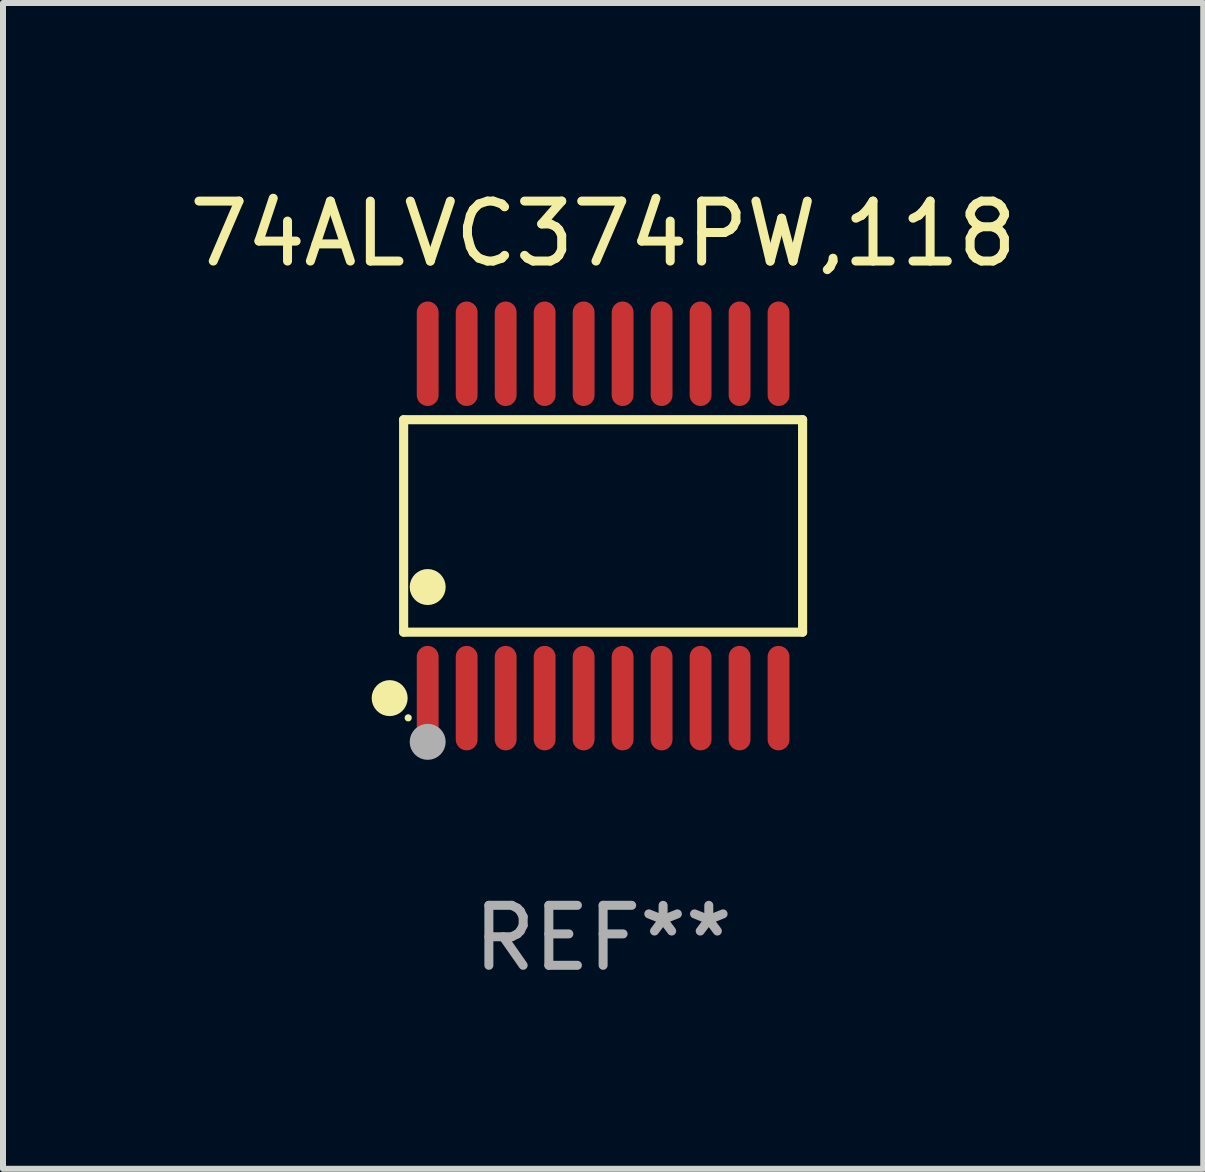
<source format=kicad_pcb>
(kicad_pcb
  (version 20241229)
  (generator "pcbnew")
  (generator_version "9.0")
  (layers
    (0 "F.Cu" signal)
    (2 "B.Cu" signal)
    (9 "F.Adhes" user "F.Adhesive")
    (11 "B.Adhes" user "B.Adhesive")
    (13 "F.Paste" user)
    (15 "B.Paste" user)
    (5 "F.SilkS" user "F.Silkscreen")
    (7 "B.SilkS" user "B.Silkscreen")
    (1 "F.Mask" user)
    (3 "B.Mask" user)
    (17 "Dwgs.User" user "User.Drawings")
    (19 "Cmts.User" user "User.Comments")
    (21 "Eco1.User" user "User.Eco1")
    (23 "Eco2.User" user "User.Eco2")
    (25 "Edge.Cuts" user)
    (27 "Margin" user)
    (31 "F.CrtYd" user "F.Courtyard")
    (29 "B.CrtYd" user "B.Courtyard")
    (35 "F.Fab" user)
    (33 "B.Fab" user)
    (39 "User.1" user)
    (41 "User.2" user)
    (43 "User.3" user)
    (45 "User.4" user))
  (footprint "74ALVC374PW,118"
    (layer "F.Cu")
    (at 7.006 5.719)
    (property "Reference" "74ALVC374PW,118" (at 0 -4.871 0) (layer "F.SilkS") (effects (font (size 1 1) (thickness 0.15))))
    (attr through_hole)
    (fp_line (start -3.326 -1.771) (end 3.326 -1.771) (stroke (width 0.152) (type solid)) (layer "F.SilkS"))
    (fp_line (start -3.326 1.771) (end -3.326 -1.771) (stroke (width 0.152) (type solid)) (layer "F.SilkS"))
    (fp_line (start 3.326 -1.771) (end 3.326 1.771) (stroke (width 0.152) (type solid)) (layer "F.SilkS"))
    (fp_line (start 3.326 1.771) (end -3.326 1.771) (stroke (width 0.152) (type solid)) (layer "F.SilkS"))
    (fp_circle (center -3.559 2.871) (end -3.409 2.871) (stroke (width 0.3) (type solid)) (fill no) (layer "F.SilkS"))
    (fp_circle (center -3.25 3.2) (end -3.22 3.2) (stroke (width 0.06) (type solid)) (fill no) (layer "F.SilkS"))
    (fp_circle (center -2.925 1.019) (end -2.775 1.019) (stroke (width 0.3) (type solid)) (fill no) (layer "F.SilkS"))
    (fp_circle (center -2.925 3.6) (end -2.775 3.6) (stroke (width 0.3) (type solid)) (fill no) (layer "F.Fab"))
    (fp_text user "REF**" (at 0 6.871 0) (layer "F.Fab") (effects (font (size 1 1) (thickness 0.15))))
    (pad "1" smd oval (at -2.925 2.871) (size 0.364 1.742) (layers "F.Cu" "F.Mask" "F.Paste"))
    (pad "2" smd oval (at -2.275 2.871) (size 0.364 1.742) (layers "F.Cu" "F.Mask" "F.Paste"))
    (pad "3" smd oval (at -1.625 2.871) (size 0.364 1.742) (layers "F.Cu" "F.Mask" "F.Paste"))
    (pad "4" smd oval (at -0.975 2.871) (size 0.364 1.742) (layers "F.Cu" "F.Mask" "F.Paste"))
    (pad "5" smd oval (at -0.325 2.871) (size 0.364 1.742) (layers "F.Cu" "F.Mask" "F.Paste"))
    (pad "6" smd oval (at 0.325 2.871) (size 0.364 1.742) (layers "F.Cu" "F.Mask" "F.Paste"))
    (pad "7" smd oval (at 0.975 2.871) (size 0.364 1.742) (layers "F.Cu" "F.Mask" "F.Paste"))
    (pad "8" smd oval (at 1.625 2.871) (size 0.364 1.742) (layers "F.Cu" "F.Mask" "F.Paste"))
    (pad "9" smd oval (at 2.275 2.871) (size 0.364 1.742) (layers "F.Cu" "F.Mask" "F.Paste"))
    (pad "10" smd oval (at 2.925 2.871) (size 0.364 1.742) (layers "F.Cu" "F.Mask" "F.Paste"))
    (pad "11" smd oval (at 2.925 -2.871) (size 0.364 1.742) (layers "F.Cu" "F.Mask" "F.Paste"))
    (pad "12" smd oval (at 2.275 -2.871) (size 0.364 1.742) (layers "F.Cu" "F.Mask" "F.Paste"))
    (pad "13" smd oval (at 1.625 -2.871) (size 0.364 1.742) (layers "F.Cu" "F.Mask" "F.Paste"))
    (pad "14" smd oval (at 0.975 -2.871) (size 0.364 1.742) (layers "F.Cu" "F.Mask" "F.Paste"))
    (pad "15" smd oval (at 0.325 -2.871) (size 0.364 1.742) (layers "F.Cu" "F.Mask" "F.Paste"))
    (pad "16" smd oval (at -0.325 -2.871) (size 0.364 1.742) (layers "F.Cu" "F.Mask" "F.Paste"))
    (pad "17" smd oval (at -0.975 -2.871) (size 0.364 1.742) (layers "F.Cu" "F.Mask" "F.Paste"))
    (pad "18" smd oval (at -1.625 -2.871) (size 0.364 1.742) (layers "F.Cu" "F.Mask" "F.Paste"))
    (pad "19" smd oval (at -2.275 -2.871) (size 0.364 1.742) (layers "F.Cu" "F.Mask" "F.Paste"))
    (pad "20" smd oval (at -2.925 -2.871) (size 0.364 1.742) (layers "F.Cu" "F.Mask" "F.Paste")))
  (gr_rect
    (start -3 -3)
    (end 17.012 16.438)
    (stroke (width 0.1) (type default))
    (fill no)
    (layer "Edge.Cuts")))
</source>
